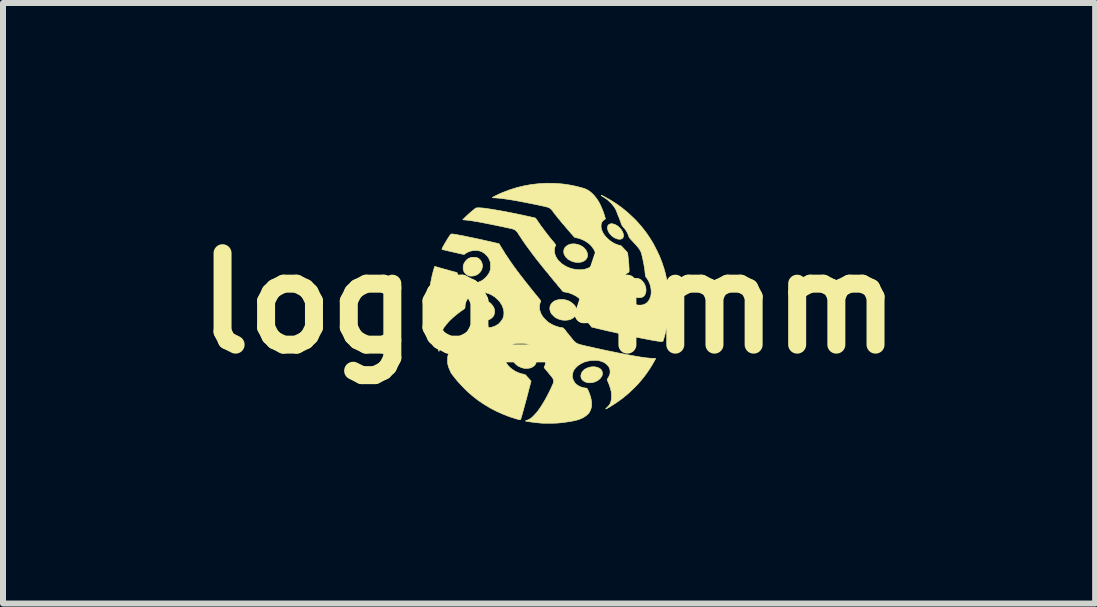
<source format=kicad_pcb>
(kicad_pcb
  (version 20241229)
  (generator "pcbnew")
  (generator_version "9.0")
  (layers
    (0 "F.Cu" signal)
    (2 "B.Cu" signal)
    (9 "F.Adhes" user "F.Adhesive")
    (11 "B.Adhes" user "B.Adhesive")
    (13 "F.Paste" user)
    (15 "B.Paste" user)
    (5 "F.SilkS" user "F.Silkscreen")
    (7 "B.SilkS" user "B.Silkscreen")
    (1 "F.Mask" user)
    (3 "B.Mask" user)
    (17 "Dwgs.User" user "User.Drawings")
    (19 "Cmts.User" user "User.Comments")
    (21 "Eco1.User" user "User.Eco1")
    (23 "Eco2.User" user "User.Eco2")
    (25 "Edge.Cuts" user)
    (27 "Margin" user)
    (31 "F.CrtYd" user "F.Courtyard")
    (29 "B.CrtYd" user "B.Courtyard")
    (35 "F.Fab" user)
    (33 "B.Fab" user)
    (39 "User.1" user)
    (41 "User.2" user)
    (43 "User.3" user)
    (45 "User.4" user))
  (footprint "logo_4mm"
    (layer "F.Cu")
    (at 6.103 2.006)
    (property "Reference" "logo_4mm" (at 0 0 0) (layer "F.SilkS") (effects (font (size 1.524 1.524) (thickness 0.3))))
    (attr through_hole)
    (fp_poly (pts (xy 1.072 -1.322) (xy 1.087 -1.317) (xy 1.103 -1.311) (xy 1.118 -1.304) (xy 1.128 -1.298) (xy 1.129 -1.297) (xy 1.138 -1.291) (xy 1.143 -1.288) (xy 1.144 -1.288) (xy 1.148 -1.285) (xy 1.156 -1.278) (xy 1.167 -1.268) (xy 1.179 -1.256) (xy 1.19 -1.244) (xy 1.2 -1.233) (xy 1.201 -1.232) (xy 1.208 -1.221) (xy 1.217 -1.206) (xy 1.226 -1.19) (xy 1.227 -1.188) (xy 1.237 -1.161) (xy 1.241 -1.136) (xy 1.24 -1.113) (xy 1.233 -1.094) (xy 1.221 -1.08) (xy 1.213 -1.075) (xy 1.194 -1.069) (xy 1.172 -1.067) (xy 1.149 -1.07) (xy 1.144 -1.071) (xy 1.11 -1.083) (xy 1.078 -1.1) (xy 1.048 -1.122) (xy 1.022 -1.148) (xy 1.001 -1.176) (xy 0.985 -1.207) (xy 0.976 -1.237) (xy 0.974 -1.247) (xy 0.974 -1.27) (xy 0.98 -1.291) (xy 0.99 -1.307) (xy 1.004 -1.317) (xy 1.025 -1.325) (xy 1.047 -1.327) (xy 1.072 -1.322)) (stroke (width 0.01) (type solid)) (fill yes) (layer "F.SilkS"))
    (fp_poly (pts (xy 1.463 -0.417) (xy 1.491 -0.412) (xy 1.516 -0.402) (xy 1.53 -0.393) (xy 1.559 -0.367) (xy 1.583 -0.336) (xy 1.6 -0.302) (xy 1.612 -0.266) (xy 1.617 -0.229) (xy 1.615 -0.193) (xy 1.608 -0.165) (xy 1.603 -0.152) (xy 1.597 -0.141) (xy 1.594 -0.137) (xy 1.589 -0.131) (xy 1.589 -0.127) (xy 1.588 -0.124) (xy 1.583 -0.122) (xy 1.576 -0.118) (xy 1.575 -0.115) (xy 1.571 -0.112) (xy 1.563 -0.107) (xy 1.556 -0.103) (xy 1.542 -0.098) (xy 1.525 -0.095) (xy 1.506 -0.093) (xy 1.489 -0.092) (xy 1.477 -0.094) (xy 1.475 -0.094) (xy 1.45 -0.104) (xy 1.429 -0.115) (xy 1.411 -0.129) (xy 1.399 -0.14) (xy 1.372 -0.171) (xy 1.351 -0.205) (xy 1.339 -0.241) (xy 1.334 -0.28) (xy 1.334 -0.289) (xy 1.335 -0.306) (xy 1.337 -0.322) (xy 1.34 -0.335) (xy 1.343 -0.342) (xy 1.344 -0.343) (xy 1.347 -0.346) (xy 1.346 -0.348) (xy 1.347 -0.356) (xy 1.354 -0.367) (xy 1.364 -0.379) (xy 1.378 -0.391) (xy 1.392 -0.402) (xy 1.407 -0.41) (xy 1.411 -0.412) (xy 1.436 -0.417) (xy 1.463 -0.417)) (stroke (width 0.01) (type solid)) (fill yes) (layer "F.SilkS"))
    (fp_poly (pts (xy 0.775 1.061) (xy 0.811 1.07) (xy 0.843 1.086) (xy 0.846 1.088) (xy 0.857 1.096) (xy 0.866 1.103) (xy 0.869 1.107) (xy 0.871 1.112) (xy 0.872 1.112) (xy 0.875 1.116) (xy 0.88 1.125) (xy 0.884 1.137) (xy 0.888 1.15) (xy 0.89 1.163) (xy 0.89 1.164) (xy 0.89 1.178) (xy 0.888 1.19) (xy 0.885 1.2) (xy 0.884 1.206) (xy 0.881 1.212) (xy 0.876 1.221) (xy 0.873 1.226) (xy 0.851 1.255) (xy 0.823 1.279) (xy 0.79 1.299) (xy 0.754 1.314) (xy 0.715 1.323) (xy 0.692 1.325) (xy 0.673 1.325) (xy 0.654 1.324) (xy 0.639 1.323) (xy 0.636 1.322) (xy 0.604 1.311) (xy 0.577 1.296) (xy 0.555 1.277) (xy 0.54 1.255) (xy 0.532 1.23) (xy 0.531 1.204) (xy 0.533 1.192) (xy 0.537 1.179) (xy 0.542 1.165) (xy 0.547 1.153) (xy 0.551 1.145) (xy 0.555 1.142) (xy 0.555 1.142) (xy 0.558 1.141) (xy 0.56 1.137) (xy 0.565 1.129) (xy 0.575 1.118) (xy 0.589 1.106) (xy 0.596 1.101) (xy 0.619 1.087) (xy 0.647 1.075) (xy 0.676 1.066) (xy 0.693 1.062) (xy 0.736 1.058) (xy 0.775 1.061)) (stroke (width 0.01) (type solid)) (fill yes) (layer "F.SilkS"))
    (fp_poly (pts (xy -1.239 -0.767) (xy -1.224 -0.766) (xy -1.212 -0.764) (xy -1.201 -0.76) (xy -1.196 -0.758) (xy -1.183 -0.751) (xy -1.172 -0.745) (xy -1.167 -0.741) (xy -1.16 -0.735) (xy -1.157 -0.734) (xy -1.153 -0.73) (xy -1.147 -0.722) (xy -1.139 -0.711) (xy -1.137 -0.709) (xy -1.122 -0.681) (xy -1.113 -0.652) (xy -1.109 -0.624) (xy -1.11 -0.612) (xy -1.112 -0.6) (xy -1.116 -0.584) (xy -1.12 -0.57) (xy -1.124 -0.557) (xy -1.128 -0.55) (xy -1.128 -0.55) (xy -1.132 -0.545) (xy -1.138 -0.537) (xy -1.144 -0.528) (xy -1.148 -0.522) (xy -1.148 -0.52) (xy -1.151 -0.516) (xy -1.159 -0.508) (xy -1.169 -0.499) (xy -1.181 -0.49) (xy -1.191 -0.482) (xy -1.199 -0.477) (xy -1.229 -0.464) (xy -1.26 -0.456) (xy -1.291 -0.453) (xy -1.319 -0.454) (xy -1.328 -0.456) (xy -1.36 -0.469) (xy -1.386 -0.487) (xy -1.408 -0.509) (xy -1.422 -0.537) (xy -1.431 -0.567) (xy -1.432 -0.588) (xy -1.431 -0.611) (xy -1.429 -0.63) (xy -1.424 -0.648) (xy -1.415 -0.668) (xy -1.415 -0.668) (xy -1.403 -0.688) (xy -1.387 -0.709) (xy -1.368 -0.728) (xy -1.357 -0.737) (xy -1.35 -0.742) (xy -1.348 -0.743) (xy -1.176 -0.743) (xy -1.174 -0.741) (xy -1.172 -0.743) (xy -1.174 -0.745) (xy -1.176 -0.743) (xy -1.348 -0.743) (xy -1.34 -0.747) (xy -1.332 -0.751) (xy -1.326 -0.753) (xy -1.325 -0.753) (xy -1.322 -0.754) (xy -1.315 -0.758) (xy -1.313 -0.759) (xy -1.307 -0.763) (xy -1.299 -0.766) (xy -1.287 -0.767) (xy -1.271 -0.767) (xy -1.26 -0.767) (xy -1.239 -0.767)) (stroke (width 0.01) (type solid)) (fill yes) (layer "F.SilkS"))
    (fp_poly (pts (xy -0.438 0.785) (xy -0.408 0.788) (xy -0.38 0.794) (xy -0.377 0.795) (xy -0.34 0.808) (xy -0.31 0.823) (xy -0.295 0.832) (xy -0.285 0.84) (xy -0.272 0.85) (xy -0.26 0.862) (xy -0.249 0.874) (xy -0.24 0.884) (xy -0.236 0.89) (xy -0.235 0.892) (xy -0.233 0.897) (xy -0.232 0.897) (xy -0.229 0.9) (xy -0.225 0.91) (xy -0.22 0.922) (xy -0.217 0.936) (xy -0.214 0.949) (xy -0.213 0.955) (xy -0.213 0.967) (xy -0.214 0.981) (xy -0.217 0.994) (xy -0.22 1.004) (xy -0.223 1.008) (xy -0.224 1.009) (xy -0.227 1.012) (xy -0.227 1.015) (xy -0.23 1.021) (xy -0.237 1.03) (xy -0.247 1.04) (xy -0.258 1.05) (xy -0.267 1.057) (xy -0.273 1.06) (xy -0.274 1.06) (xy -0.279 1.062) (xy -0.279 1.063) (xy -0.283 1.067) (xy -0.293 1.071) (xy -0.307 1.076) (xy -0.324 1.08) (xy -0.336 1.083) (xy -0.353 1.084) (xy -0.371 1.086) (xy -0.388 1.086) (xy -0.4 1.086) (xy -0.401 1.085) (xy -0.422 1.082) (xy -0.443 1.077) (xy -0.46 1.072) (xy -0.466 1.069) (xy -0.489 1.059) (xy -0.505 1.052) (xy -0.516 1.046) (xy -0.521 1.042) (xy -0.522 1.042) (xy -0.527 1.037) (xy -0.53 1.036) (xy -0.534 1.034) (xy -0.542 1.027) (xy -0.552 1.018) (xy -0.562 1.008) (xy -0.571 1) (xy -0.577 0.993) (xy -0.578 0.991) (xy -0.58 0.987) (xy -0.585 0.979) (xy -0.588 0.975) (xy -0.599 0.953) (xy -0.606 0.928) (xy -0.608 0.903) (xy -0.606 0.878) (xy -0.6 0.858) (xy -0.598 0.854) (xy -0.591 0.844) (xy -0.586 0.837) (xy -0.584 0.836) (xy -0.582 0.834) (xy -0.583 0.833) (xy -0.583 0.831) (xy -0.579 0.827) (xy -0.572 0.821) (xy -0.564 0.816) (xy -0.559 0.813) (xy -0.559 0.813) (xy -0.554 0.811) (xy -0.554 0.81) (xy -0.551 0.806) (xy -0.547 0.804) (xy -0.54 0.802) (xy -0.528 0.797) (xy -0.518 0.793) (xy -0.496 0.787) (xy -0.468 0.785) (xy -0.438 0.785)) (stroke (width 0.01) (type solid)) (fill yes) (layer "F.SilkS"))
    (fp_poly (pts (xy 0.439 -0.989) (xy 0.482 -0.98) (xy 0.507 -0.971) (xy 0.519 -0.966) (xy 0.528 -0.962) (xy 0.53 -0.96) (xy 0.533 -0.957) (xy 0.536 -0.957) (xy 0.542 -0.954) (xy 0.55 -0.949) (xy 0.557 -0.943) (xy 0.562 -0.941) (xy 0.566 -0.938) (xy 0.574 -0.932) (xy 0.584 -0.923) (xy 0.596 -0.91) (xy 0.608 -0.896) (xy 0.618 -0.882) (xy 0.624 -0.87) (xy 0.626 -0.863) (xy 0.628 -0.858) (xy 0.629 -0.857) (xy 0.632 -0.853) (xy 0.635 -0.844) (xy 0.639 -0.832) (xy 0.641 -0.818) (xy 0.642 -0.805) (xy 0.642 -0.805) (xy 0.641 -0.792) (xy 0.639 -0.778) (xy 0.636 -0.766) (xy 0.633 -0.757) (xy 0.63 -0.753) (xy 0.626 -0.75) (xy 0.624 -0.745) (xy 0.619 -0.736) (xy 0.61 -0.726) (xy 0.599 -0.716) (xy 0.594 -0.712) (xy 0.569 -0.698) (xy 0.545 -0.689) (xy 0.519 -0.684) (xy 0.49 -0.682) (xy 0.479 -0.682) (xy 0.459 -0.683) (xy 0.439 -0.685) (xy 0.423 -0.687) (xy 0.419 -0.688) (xy 0.405 -0.692) (xy 0.393 -0.696) (xy 0.389 -0.697) (xy 0.379 -0.701) (xy 0.368 -0.706) (xy 0.368 -0.706) (xy 0.359 -0.711) (xy 0.355 -0.714) (xy 0.355 -0.715) (xy 0.351 -0.717) (xy 0.347 -0.718) (xy 0.34 -0.72) (xy 0.33 -0.726) (xy 0.329 -0.728) (xy 0.32 -0.734) (xy 0.313 -0.737) (xy 0.312 -0.737) (xy 0.307 -0.741) (xy 0.305 -0.745) (xy 0.301 -0.752) (xy 0.299 -0.753) (xy 0.294 -0.756) (xy 0.288 -0.762) (xy 0.28 -0.77) (xy 0.274 -0.778) (xy 0.271 -0.783) (xy 0.271 -0.784) (xy 0.27 -0.787) (xy 0.266 -0.792) (xy 0.259 -0.804) (xy 0.252 -0.82) (xy 0.247 -0.839) (xy 0.245 -0.853) (xy 0.245 -0.866) (xy 0.247 -0.881) (xy 0.249 -0.895) (xy 0.252 -0.906) (xy 0.255 -0.912) (xy 0.256 -0.913) (xy 0.259 -0.916) (xy 0.259 -0.918) (xy 0.262 -0.925) (xy 0.271 -0.935) (xy 0.283 -0.947) (xy 0.297 -0.958) (xy 0.311 -0.967) (xy 0.321 -0.973) (xy 0.358 -0.986) (xy 0.397 -0.991) (xy 0.439 -0.989)) (stroke (width 0.01) (type solid)) (fill yes) (layer "F.SilkS"))
    (fp_poly (pts (xy -1.106 -0.055) (xy -1.087 -0.053) (xy -1.068 -0.049) (xy -1.051 -0.045) (xy -1.037 -0.04) (xy -1.027 -0.035) (xy -1.025 -0.031) (xy -1.021 -0.028) (xy -1.02 -0.028) (xy -1.014 -0.026) (xy -1.004 -0.02) (xy -0.993 -0.013) (xy -0.981 -0.005) (xy -0.973 0.001) (xy -0.969 0.005) (xy -0.966 0.01) (xy -0.959 0.017) (xy -0.951 0.027) (xy -0.941 0.04) (xy -0.932 0.053) (xy -0.924 0.065) (xy -0.92 0.073) (xy -0.92 0.076) (xy -0.917 0.084) (xy -0.916 0.086) (xy -0.912 0.095) (xy -0.909 0.111) (xy -0.907 0.132) (xy -0.908 0.152) (xy -0.912 0.175) (xy -0.918 0.196) (xy -0.927 0.213) (xy -0.93 0.218) (xy -0.948 0.237) (xy -0.964 0.252) (xy -0.982 0.263) (xy -0.993 0.269) (xy -1.001 0.273) (xy -1.005 0.273) (xy -1.005 0.273) (xy -1.007 0.273) (xy -1.011 0.275) (xy -1.019 0.279) (xy -1.033 0.281) (xy -1.051 0.282) (xy -1.07 0.282) (xy -1.09 0.281) (xy -1.108 0.279) (xy -1.121 0.276) (xy -1.122 0.275) (xy -1.144 0.268) (xy -1.161 0.261) (xy -1.172 0.255) (xy -1.176 0.251) (xy -1.176 0.251) (xy -1.179 0.247) (xy -1.181 0.247) (xy -1.189 0.244) (xy -1.202 0.235) (xy -1.217 0.22) (xy -1.225 0.212) (xy -1.234 0.2) (xy -1.243 0.187) (xy -1.252 0.175) (xy -1.258 0.165) (xy -1.261 0.159) (xy -1.261 0.158) (xy -1.263 0.156) (xy -1.263 0.155) (xy -1.266 0.152) (xy -1.267 0.15) (xy -1.268 0.143) (xy -1.27 0.136) (xy -1.273 0.121) (xy -1.275 0.105) (xy -1.277 0.091) (xy -1.278 0.081) (xy -1.277 0.08) (xy -1.273 0.057) (xy -1.269 0.04) (xy -1.267 0.03) (xy -1.265 0.025) (xy -1.263 0.024) (xy -1.26 0.021) (xy -1.257 0.015) (xy -1.253 0.006) (xy -1.244 -0.005) (xy -1.234 -0.016) (xy -1.224 -0.026) (xy -1.216 -0.031) (xy -1.213 -0.032) (xy -1.208 -0.034) (xy -1.208 -0.035) (xy -1.204 -0.039) (xy -1.194 -0.043) (xy -1.18 -0.048) (xy -1.164 -0.051) (xy -1.146 -0.054) (xy -1.13 -0.056) (xy -1.124 -0.056) (xy -1.106 -0.055)) (stroke (width 0.01) (type solid)) (fill yes) (layer "F.SilkS"))
    (fp_poly (pts (xy 0.242 -0.062) (xy 0.259 -0.06) (xy 0.275 -0.056) (xy 0.275 -0.056) (xy 0.301 -0.049) (xy 0.319 -0.043) (xy 0.331 -0.038) (xy 0.335 -0.035) (xy 0.335 -0.035) (xy 0.338 -0.032) (xy 0.339 -0.032) (xy 0.347 -0.029) (xy 0.359 -0.022) (xy 0.373 -0.012) (xy 0.389 -0.000068) (xy 0.404 0.013) (xy 0.418 0.026) (xy 0.429 0.037) (xy 0.435 0.046) (xy 0.436 0.049) (xy 0.439 0.056) (xy 0.444 0.064) (xy 0.444 0.064) (xy 0.45 0.075) (xy 0.453 0.084) (xy 0.459 0.113) (xy 0.461 0.137) (xy 0.459 0.158) (xy 0.453 0.178) (xy 0.448 0.191) (xy 0.441 0.202) (xy 0.434 0.213) (xy 0.427 0.223) (xy 0.422 0.229) (xy 0.419 0.23) (xy 0.419 0.229) (xy 0.416 0.23) (xy 0.411 0.236) (xy 0.409 0.237) (xy 0.402 0.244) (xy 0.396 0.247) (xy 0.395 0.247) (xy 0.39 0.25) (xy 0.388 0.252) (xy 0.382 0.257) (xy 0.37 0.263) (xy 0.355 0.269) (xy 0.338 0.274) (xy 0.322 0.278) (xy 0.321 0.278) (xy 0.306 0.28) (xy 0.286 0.282) (xy 0.264 0.282) (xy 0.243 0.282) (xy 0.224 0.28) (xy 0.211 0.278) (xy 0.197 0.275) (xy 0.181 0.27) (xy 0.166 0.265) (xy 0.152 0.261) (xy 0.143 0.257) (xy 0.14 0.255) (xy 0.135 0.252) (xy 0.126 0.248) (xy 0.122 0.245) (xy 0.113 0.241) (xy 0.105 0.237) (xy 0.098 0.231) (xy 0.09 0.224) (xy 0.079 0.214) (xy 0.065 0.2) (xy 0.053 0.188) (xy 0.043 0.178) (xy 0.037 0.17) (xy 0.036 0.168) (xy 0.034 0.161) (xy 0.03 0.154) (xy 0.02 0.134) (xy 0.015 0.109) (xy 0.013 0.082) (xy 0.016 0.056) (xy 0.016 0.055) (xy 0.02 0.043) (xy 0.023 0.034) (xy 0.024 0.032) (xy 0.027 0.029) (xy 0.029 0.023) (xy 0.033 0.015) (xy 0.041 0.005) (xy 0.051 -0.006) (xy 0.062 -0.017) (xy 0.073 -0.026) (xy 0.08 -0.031) (xy 0.082 -0.032) (xy 0.087 -0.034) (xy 0.088 -0.036) (xy 0.091 -0.04) (xy 0.092 -0.04) (xy 0.098 -0.041) (xy 0.108 -0.045) (xy 0.114 -0.048) (xy 0.125 -0.052) (xy 0.133 -0.054) (xy 0.135 -0.054) (xy 0.139 -0.054) (xy 0.142 -0.056) (xy 0.148 -0.058) (xy 0.161 -0.06) (xy 0.179 -0.062) (xy 0.197 -0.062) (xy 0.222 -0.062) (xy 0.242 -0.062)) (stroke (width 0.01) (type solid)) (fill yes) (layer "F.SilkS"))
    (fp_poly (pts (xy 0.082 -2) (xy 0.207 -1.991) (xy 0.259 -1.985) (xy 0.314 -1.977) (xy 0.371 -1.967) (xy 0.429 -1.955) (xy 0.485 -1.942) (xy 0.538 -1.928) (xy 0.585 -1.914) (xy 0.589 -1.913) (xy 0.631 -1.895) (xy 0.672 -1.87) (xy 0.712 -1.838) (xy 0.75 -1.8) (xy 0.786 -1.755) (xy 0.82 -1.706) (xy 0.85 -1.651) (xy 0.857 -1.636) (xy 0.882 -1.581) (xy 0.903 -1.528) (xy 0.921 -1.474) (xy 0.938 -1.416) (xy 0.939 -1.413) (xy 0.939 -1.406) (xy 0.933 -1.401) (xy 0.929 -1.399) (xy 0.92 -1.394) (xy 0.909 -1.384) (xy 0.899 -1.375) (xy 0.885 -1.358) (xy 0.876 -1.342) (xy 0.87 -1.323) (xy 0.868 -1.301) (xy 0.867 -1.282) (xy 0.869 -1.26) (xy 0.874 -1.237) (xy 0.881 -1.214) (xy 0.889 -1.195) (xy 0.893 -1.188) (xy 0.899 -1.176) (xy 0.904 -1.167) (xy 0.914 -1.15) (xy 0.929 -1.13) (xy 0.948 -1.108) (xy 0.97 -1.085) (xy 0.993 -1.063) (xy 1.017 -1.043) (xy 1.039 -1.027) (xy 1.057 -1.017) (xy 1.064 -1.012) (xy 1.068 -1.009) (xy 1.073 -1.006) (xy 1.082 -1.001) (xy 1.086 -0.999) (xy 1.098 -0.994) (xy 1.107 -0.989) (xy 1.109 -0.988) (xy 1.118 -0.985) (xy 1.122 -0.985) (xy 1.127 -0.983) (xy 1.128 -0.982) (xy 1.132 -0.979) (xy 1.141 -0.976) (xy 1.153 -0.972) (xy 1.167 -0.969) (xy 1.179 -0.966) (xy 1.188 -0.965) (xy 1.189 -0.965) (xy 1.195 -0.963) (xy 1.203 -0.956) (xy 1.215 -0.945) (xy 1.231 -0.929) (xy 1.251 -0.907) (xy 1.27 -0.887) (xy 1.282 -0.874) (xy 1.293 -0.862) (xy 1.301 -0.853) (xy 1.303 -0.85) (xy 1.309 -0.842) (xy 1.31 -0.838) (xy 1.312 -0.825) (xy 1.314 -0.807) (xy 1.317 -0.785) (xy 1.319 -0.761) (xy 1.322 -0.738) (xy 1.324 -0.72) (xy 1.325 -0.7) (xy 1.327 -0.682) (xy 1.329 -0.668) (xy 1.329 -0.662) (xy 1.33 -0.653) (xy 1.331 -0.638) (xy 1.332 -0.618) (xy 1.333 -0.597) (xy 1.334 -0.587) (xy 1.335 -0.563) (xy 1.335 -0.546) (xy 1.335 -0.535) (xy 1.334 -0.528) (xy 1.332 -0.523) (xy 1.33 -0.519) (xy 1.329 -0.518) (xy 1.319 -0.512) (xy 1.313 -0.509) (xy 1.306 -0.505) (xy 1.296 -0.497) (xy 1.284 -0.486) (xy 1.281 -0.483) (xy 1.255 -0.455) (xy 1.236 -0.426) (xy 1.223 -0.394) (xy 1.22 -0.381) (xy 1.216 -0.368) (xy 1.213 -0.359) (xy 1.212 -0.357) (xy 1.21 -0.35) (xy 1.209 -0.338) (xy 1.209 -0.321) (xy 1.209 -0.303) (xy 1.21 -0.284) (xy 1.212 -0.267) (xy 1.212 -0.263) (xy 1.216 -0.245) (xy 1.222 -0.225) (xy 1.228 -0.203) (xy 1.235 -0.183) (xy 1.242 -0.166) (xy 1.248 -0.155) (xy 1.248 -0.155) (xy 1.253 -0.147) (xy 1.256 -0.142) (xy 1.256 -0.142) (xy 1.258 -0.138) (xy 1.263 -0.129) (xy 1.271 -0.117) (xy 1.279 -0.106) (xy 1.286 -0.096) (xy 1.29 -0.092) (xy 1.297 -0.084) (xy 1.307 -0.073) (xy 1.311 -0.069) (xy 1.318 -0.06) (xy 1.323 -0.054) (xy 1.323 -0.052) (xy 1.327 -0.048) (xy 1.335 -0.044) (xy 1.335 -0.044) (xy 1.344 -0.04) (xy 1.347 -0.036) (xy 1.347 -0.036) (xy 1.35 -0.032) (xy 1.358 -0.026) (xy 1.368 -0.019) (xy 1.378 -0.012) (xy 1.385 -0.009) (xy 1.387 -0.008) (xy 1.392 -0.005) (xy 1.392 -0.005) (xy 1.397 -0.001) (xy 1.407 0.005) (xy 1.421 0.011) (xy 1.437 0.017) (xy 1.453 0.023) (xy 1.462 0.026) (xy 1.494 0.031) (xy 1.527 0.031) (xy 1.558 0.027) (xy 1.571 0.024) (xy 1.585 0.018) (xy 1.597 0.013) (xy 1.603 0.01) (xy 1.61 0.005) (xy 1.614 0.004) (xy 1.618 0.001) (xy 1.618 0) (xy 1.622 -0.004) (xy 1.623 -0.004) (xy 1.63 -0.007) (xy 1.639 -0.016) (xy 1.65 -0.029) (xy 1.658 -0.04) (xy 1.665 -0.049) (xy 1.671 -0.056) (xy 1.672 -0.057) (xy 1.674 -0.059) (xy 1.673 -0.06) (xy 1.672 -0.063) (xy 1.675 -0.069) (xy 1.679 -0.077) (xy 1.685 -0.09) (xy 1.691 -0.105) (xy 1.692 -0.108) (xy 1.7 -0.141) (xy 1.703 -0.178) (xy 1.702 -0.218) (xy 1.697 -0.259) (xy 1.688 -0.3) (xy 1.675 -0.338) (xy 1.659 -0.372) (xy 1.651 -0.386) (xy 1.642 -0.4) (xy 1.635 -0.412) (xy 1.629 -0.42) (xy 1.627 -0.423) (xy 1.615 -0.436) (xy 1.608 -0.455) (xy 1.605 -0.475) (xy 1.601 -0.51) (xy 1.597 -0.547) (xy 1.592 -0.584) (xy 1.586 -0.619) (xy 1.581 -0.648) (xy 1.581 -0.65) (xy 1.577 -0.668) (xy 1.573 -0.687) (xy 1.57 -0.702) (xy 1.568 -0.714) (xy 1.566 -0.725) (xy 1.563 -0.738) (xy 1.559 -0.754) (xy 1.555 -0.775) (xy 1.551 -0.791) (xy 1.544 -0.82) (xy 1.537 -0.842) (xy 1.53 -0.861) (xy 1.521 -0.878) (xy 1.51 -0.896) (xy 1.506 -0.903) (xy 1.496 -0.917) (xy 1.487 -0.929) (xy 1.48 -0.937) (xy 1.471 -0.947) (xy 1.463 -0.957) (xy 1.453 -0.968) (xy 1.44 -0.983) (xy 1.423 -1.001) (xy 1.405 -1.021) (xy 1.387 -1.04) (xy 1.371 -1.057) (xy 1.356 -1.074) (xy 1.346 -1.086) (xy 1.338 -1.096) (xy 1.333 -1.106) (xy 1.329 -1.116) (xy 1.327 -1.124) (xy 1.32 -1.143) (xy 1.31 -1.166) (xy 1.297 -1.191) (xy 1.283 -1.214) (xy 1.27 -1.233) (xy 1.265 -1.24) (xy 1.258 -1.247) (xy 1.25 -1.257) (xy 1.245 -1.261) (xy 1.238 -1.27) (xy 1.233 -1.276) (xy 1.232 -1.278) (xy 1.229 -1.282) (xy 1.223 -1.288) (xy 1.222 -1.289) (xy 1.216 -1.298) (xy 1.209 -1.314) (xy 1.2 -1.337) (xy 1.197 -1.348) (xy 1.188 -1.372) (xy 1.178 -1.4) (xy 1.168 -1.426) (xy 1.161 -1.443) (xy 1.152 -1.463) (xy 1.144 -1.483) (xy 1.138 -1.5) (xy 1.134 -1.511) (xy 1.116 -1.556) (xy 1.09 -1.601) (xy 1.057 -1.644) (xy 1.018 -1.686) (xy 0.974 -1.726) (xy 0.924 -1.762) (xy 0.882 -1.788) (xy 0.873 -1.794) (xy 0.869 -1.799) (xy 0.87 -1.802) (xy 0.872 -1.802) (xy 0.876 -1.8) (xy 0.887 -1.795) (xy 0.902 -1.787) (xy 0.92 -1.778) (xy 0.941 -1.767) (xy 0.962 -1.755) (xy 0.983 -1.744) (xy 1.002 -1.733) (xy 1.019 -1.723) (xy 1.022 -1.722) (xy 1.122 -1.658) (xy 1.218 -1.589) (xy 1.309 -1.514) (xy 1.398 -1.432) (xy 1.415 -1.415) (xy 1.435 -1.396) (xy 1.451 -1.38) (xy 1.465 -1.364) (xy 1.48 -1.348) (xy 1.497 -1.329) (xy 1.513 -1.311) (xy 1.522 -1.3) (xy 1.535 -1.285) (xy 1.549 -1.268) (xy 1.564 -1.249) (xy 1.578 -1.232) (xy 1.59 -1.216) (xy 1.599 -1.205) (xy 1.602 -1.2) (xy 1.609 -1.191) (xy 1.614 -1.185) (xy 1.615 -1.184) (xy 1.618 -1.18) (xy 1.624 -1.171) (xy 1.634 -1.157) (xy 1.645 -1.141) (xy 1.656 -1.124) (xy 1.668 -1.107) (xy 1.679 -1.091) (xy 1.687 -1.078) (xy 1.693 -1.069) (xy 1.694 -1.067) (xy 1.699 -1.059) (xy 1.707 -1.046) (xy 1.717 -1.029) (xy 1.727 -1.011) (xy 1.728 -1.011) (xy 1.738 -0.993) (xy 1.751 -0.969) (xy 1.765 -0.942) (xy 1.78 -0.913) (xy 1.796 -0.883) (xy 1.81 -0.854) (xy 1.822 -0.828) (xy 1.832 -0.807) (xy 1.833 -0.805) (xy 1.85 -0.765) (xy 1.868 -0.719) (xy 1.886 -0.671) (xy 1.902 -0.623) (xy 1.917 -0.577) (xy 1.921 -0.562) (xy 1.926 -0.546) (xy 1.93 -0.531) (xy 1.933 -0.521) (xy 1.933 -0.52) (xy 1.937 -0.505) (xy 1.942 -0.484) (xy 1.948 -0.459) (xy 1.949 -0.453) (xy 1.952 -0.438) (xy 1.956 -0.422) (xy 1.957 -0.419) (xy 1.964 -0.387) (xy 1.969 -0.36) (xy 1.974 -0.334) (xy 1.978 -0.306) (xy 1.983 -0.274) (xy 1.985 -0.259) (xy 1.989 -0.23) (xy 1.992 -0.205) (xy 1.994 -0.182) (xy 1.996 -0.16) (xy 1.997 -0.137) (xy 1.998 -0.112) (xy 1.999 -0.084) (xy 1.999 -0.051) (xy 1.999 -0.012) (xy 1.999 0) (xy 1.999 0.041) (xy 1.999 0.075) (xy 1.998 0.105) (xy 1.997 0.13) (xy 1.996 0.153) (xy 1.995 0.176) (xy 1.992 0.198) (xy 1.99 0.223) (xy 1.986 0.251) (xy 1.985 0.259) (xy 1.98 0.293) (xy 1.976 0.323) (xy 1.971 0.349) (xy 1.966 0.376) (xy 1.96 0.405) (xy 1.957 0.419) (xy 1.953 0.434) (xy 1.95 0.451) (xy 1.949 0.453) (xy 1.943 0.479) (xy 1.938 0.501) (xy 1.934 0.518) (xy 1.933 0.52) (xy 1.93 0.53) (xy 1.926 0.544) (xy 1.922 0.561) (xy 1.921 0.562) (xy 1.915 0.584) (xy 1.91 0.6) (xy 1.906 0.613) (xy 1.901 0.626) (xy 1.898 0.633) (xy 1.894 0.636) (xy 1.886 0.637) (xy 1.874 0.637) (xy 1.859 0.637) (xy 1.844 0.636) (xy 1.838 0.635) (xy 1.818 0.632) (xy 1.791 0.628) (xy 1.758 0.623) (xy 1.72 0.616) (xy 1.677 0.608) (xy 1.631 0.599) (xy 1.582 0.59) (xy 1.532 0.58) (xy 1.481 0.57) (xy 1.429 0.559) (xy 1.379 0.548) (xy 1.375 0.548) (xy 1.323 0.536) (xy 1.27 0.525) (xy 1.216 0.513) (xy 1.162 0.501) (xy 1.108 0.489) (xy 1.056 0.477) (xy 1.004 0.466) (xy 0.955 0.455) (xy 0.909 0.444) (xy 0.866 0.434) (xy 0.827 0.425) (xy 0.793 0.417) (xy 0.763 0.409) (xy 0.739 0.403) (xy 0.721 0.399) (xy 0.71 0.396) (xy 0.707 0.394) (xy 0.702 0.388) (xy 0.702 0.385) (xy 0.699 0.378) (xy 0.695 0.374) (xy 0.689 0.368) (xy 0.681 0.358) (xy 0.673 0.349) (xy 0.665 0.337) (xy 0.653 0.322) (xy 0.64 0.304) (xy 0.63 0.292) (xy 0.618 0.275) (xy 0.61 0.263) (xy 0.605 0.255) (xy 0.604 0.248) (xy 0.604 0.245) (xy 0.607 0.237) (xy 0.61 0.233) (xy 0.613 0.228) (xy 0.617 0.219) (xy 0.62 0.21) (xy 0.624 0.187) (xy 0.626 0.16) (xy 0.625 0.13) (xy 0.622 0.102) (xy 0.621 0.096) (xy 0.618 0.086) (xy 0.614 0.073) (xy 0.609 0.06) (xy 0.604 0.048) (xy 0.599 0.039) (xy 0.597 0.036) (xy 0.595 0.033) (xy 0.596 0.032) (xy 0.595 0.027) (xy 0.592 0.024) (xy 0.587 0.017) (xy 0.586 0.014) (xy 0.583 0.008) (xy 0.578 0.002) (xy 0.573 -0.004) (xy 0.572 -0.007) (xy 0.571 -0.01) (xy 0.566 -0.018) (xy 0.556 -0.029) (xy 0.54 -0.045) (xy 0.532 -0.054) (xy 0.516 -0.069) (xy 0.505 -0.079) (xy 0.496 -0.087) (xy 0.487 -0.094) (xy 0.476 -0.102) (xy 0.47 -0.106) (xy 0.46 -0.113) (xy 0.453 -0.119) (xy 0.451 -0.121) (xy 0.447 -0.123) (xy 0.442 -0.124) (xy 0.436 -0.125) (xy 0.435 -0.127) (xy 0.431 -0.13) (xy 0.423 -0.135) (xy 0.418 -0.137) (xy 0.407 -0.142) (xy 0.4 -0.146) (xy 0.399 -0.147) (xy 0.394 -0.15) (xy 0.384 -0.154) (xy 0.373 -0.158) (xy 0.36 -0.162) (xy 0.351 -0.166) (xy 0.347 -0.168) (xy 0.342 -0.17) (xy 0.331 -0.173) (xy 0.317 -0.177) (xy 0.3 -0.181) (xy 0.282 -0.184) (xy 0.266 -0.187) (xy 0.254 -0.189) (xy 0.245 -0.191) (xy 0.237 -0.194) (xy 0.229 -0.2) (xy 0.22 -0.209) (xy 0.209 -0.223) (xy 0.201 -0.233) (xy 0.193 -0.243) (xy 0.182 -0.257) (xy 0.169 -0.272) (xy 0.162 -0.279) (xy 0.151 -0.292) (xy 0.142 -0.303) (xy 0.137 -0.31) (xy 0.136 -0.312) (xy 0.133 -0.316) (xy 0.127 -0.324) (xy 0.123 -0.328) (xy 0.115 -0.337) (xy 0.102 -0.352) (xy 0.086 -0.371) (xy 0.067 -0.394) (xy 0.046 -0.42) (xy 0.041 -0.426) (xy 0.032 -0.437) (xy 0.02 -0.45) (xy 0.015 -0.457) (xy 0.007 -0.466) (xy 0.001 -0.474) (xy 0 -0.476) (xy -0.002 -0.481) (xy -0.009 -0.489) (xy -0.017 -0.498) (xy -0.029 -0.512) (xy -0.042 -0.526) (xy -0.048 -0.534) (xy -0.058 -0.546) (xy -0.068 -0.559) (xy -0.072 -0.564) (xy -0.08 -0.574) (xy -0.087 -0.583) (xy -0.088 -0.584) (xy -0.094 -0.591) (xy -0.103 -0.602) (xy -0.108 -0.608) (xy -0.118 -0.62) (xy -0.128 -0.633) (xy -0.132 -0.638) (xy -0.14 -0.65) (xy -0.151 -0.662) (xy -0.155 -0.667) (xy -0.163 -0.676) (xy -0.168 -0.683) (xy -0.169 -0.685) (xy -0.172 -0.689) (xy -0.178 -0.698) (xy -0.188 -0.709) (xy -0.19 -0.712) (xy -0.202 -0.726) (xy -0.214 -0.741) (xy -0.223 -0.753) (xy -0.223 -0.753) (xy -0.232 -0.766) (xy -0.244 -0.781) (xy -0.253 -0.793) (xy -0.265 -0.808) (xy -0.277 -0.824) (xy -0.285 -0.835) (xy -0.293 -0.846) (xy -0.304 -0.862) (xy -0.317 -0.879) (xy -0.33 -0.896) (xy -0.356 -0.931) (xy -0.386 -0.972) (xy -0.418 -1.018) (xy -0.452 -1.068) (xy -0.463 -1.086) (xy -0.476 -1.105) (xy -0.488 -1.123) (xy -0.498 -1.138) (xy -0.506 -1.149) (xy -0.508 -1.153) (xy -0.514 -1.163) (xy -0.518 -1.17) (xy -0.518 -1.171) (xy -0.521 -1.177) (xy -0.528 -1.185) (xy -0.538 -1.196) (xy -0.55 -1.207) (xy -0.561 -1.217) (xy -0.57 -1.225) (xy -0.576 -1.228) (xy -0.576 -1.228) (xy -0.581 -1.229) (xy -0.59 -1.233) (xy -0.591 -1.233) (xy -0.595 -1.235) (xy -0.6 -1.237) (xy -0.605 -1.238) (xy -0.612 -1.24) (xy -0.621 -1.243) (xy -0.634 -1.246) (xy -0.65 -1.249) (xy -0.672 -1.254) (xy -0.699 -1.26) (xy -0.733 -1.267) (xy -0.763 -1.274) (xy -0.854 -1.293) (xy -0.937 -1.31) (xy -1.013 -1.325) (xy -1.082 -1.339) (xy -1.145 -1.351) (xy -1.201 -1.361) (xy -1.252 -1.369) (xy -1.297 -1.377) (xy -1.337 -1.382) (xy -1.372 -1.386) (xy -1.387 -1.388) (xy -1.406 -1.389) (xy -1.422 -1.391) (xy -1.433 -1.392) (xy -1.438 -1.393) (xy -1.438 -1.393) (xy -1.436 -1.396) (xy -1.429 -1.403) (xy -1.418 -1.414) (xy -1.404 -1.428) (xy -1.389 -1.443) (xy -1.373 -1.458) (xy -1.357 -1.473) (xy -1.342 -1.487) (xy -1.339 -1.489) (xy -1.327 -1.5) (xy -1.311 -1.514) (xy -1.293 -1.529) (xy -1.28 -1.54) (xy -1.264 -1.553) (xy -1.25 -1.565) (xy -1.238 -1.574) (xy -1.232 -1.58) (xy -1.222 -1.586) (xy -1.208 -1.59) (xy -1.19 -1.592) (xy -1.166 -1.592) (xy -1.135 -1.59) (xy -1.134 -1.59) (xy -1.095 -1.587) (xy -1.049 -1.581) (xy -0.996 -1.573) (xy -0.937 -1.564) (xy -0.873 -1.553) (xy -0.804 -1.541) (xy -0.731 -1.528) (xy -0.654 -1.513) (xy -0.574 -1.497) (xy -0.492 -1.48) (xy -0.408 -1.462) (xy -0.322 -1.443) (xy -0.237 -1.424) (xy -0.233 -1.423) (xy -0.228 -1.42) (xy -0.223 -1.415) (xy -0.216 -1.407) (xy -0.207 -1.395) (xy -0.196 -1.38) (xy -0.183 -1.36) (xy -0.165 -1.334) (xy -0.146 -1.306) (xy -0.138 -1.293) (xy -0.131 -1.283) (xy -0.126 -1.278) (xy -0.126 -1.278) (xy -0.121 -1.272) (xy -0.114 -1.263) (xy -0.114 -1.262) (xy -0.103 -1.248) (xy -0.092 -1.233) (xy -0.079 -1.215) (xy -0.072 -1.206) (xy -0.06 -1.19) (xy -0.047 -1.174) (xy -0.038 -1.162) (xy -0.024 -1.144) (xy -0.01 -1.126) (xy 0.005 -1.106) (xy 0.02 -1.088) (xy 0.033 -1.072) (xy 0.043 -1.059) (xy 0.051 -1.05) (xy 0.054 -1.046) (xy 0.061 -1.039) (xy 0.071 -1.027) (xy 0.082 -1.014) (xy 0.093 -1) (xy 0.102 -0.987) (xy 0.109 -0.976) (xy 0.112 -0.97) (xy 0.112 -0.97) (xy 0.109 -0.961) (xy 0.106 -0.955) (xy 0.097 -0.936) (xy 0.092 -0.912) (xy 0.09 -0.885) (xy 0.091 -0.856) (xy 0.096 -0.827) (xy 0.104 -0.8) (xy 0.114 -0.777) (xy 0.117 -0.772) (xy 0.124 -0.761) (xy 0.129 -0.751) (xy 0.129 -0.75) (xy 0.133 -0.743) (xy 0.135 -0.741) (xy 0.139 -0.738) (xy 0.143 -0.73) (xy 0.143 -0.73) (xy 0.148 -0.722) (xy 0.158 -0.712) (xy 0.17 -0.699) (xy 0.179 -0.692) (xy 0.192 -0.68) (xy 0.203 -0.669) (xy 0.21 -0.662) (xy 0.212 -0.659) (xy 0.218 -0.654) (xy 0.221 -0.654) (xy 0.228 -0.651) (xy 0.23 -0.649) (xy 0.236 -0.643) (xy 0.244 -0.639) (xy 0.252 -0.634) (xy 0.255 -0.63) (xy 0.258 -0.627) (xy 0.263 -0.626) (xy 0.271 -0.623) (xy 0.275 -0.62) (xy 0.283 -0.615) (xy 0.288 -0.614) (xy 0.294 -0.612) (xy 0.295 -0.611) (xy 0.298 -0.607) (xy 0.307 -0.603) (xy 0.312 -0.602) (xy 0.323 -0.598) (xy 0.33 -0.595) (xy 0.331 -0.594) (xy 0.336 -0.591) (xy 0.347 -0.587) (xy 0.362 -0.582) (xy 0.379 -0.577) (xy 0.396 -0.573) (xy 0.397 -0.573) (xy 0.43 -0.566) (xy 0.467 -0.561) (xy 0.504 -0.559) (xy 0.539 -0.56) (xy 0.569 -0.563) (xy 0.577 -0.564) (xy 0.592 -0.567) (xy 0.61 -0.572) (xy 0.629 -0.578) (xy 0.645 -0.583) (xy 0.657 -0.588) (xy 0.659 -0.589) (xy 0.683 -0.602) (xy 0.706 -0.619) (xy 0.727 -0.636) (xy 0.744 -0.654) (xy 0.756 -0.67) (xy 0.762 -0.681) (xy 0.766 -0.689) (xy 0.769 -0.694) (xy 0.77 -0.694) (xy 0.773 -0.696) (xy 0.773 -0.697) (xy 0.773 -0.703) (xy 0.774 -0.706) (xy 0.78 -0.725) (xy 0.784 -0.741) (xy 0.785 -0.756) (xy 0.785 -0.764) (xy 0.784 -0.785) (xy 0.781 -0.808) (xy 0.776 -0.83) (xy 0.77 -0.848) (xy 0.768 -0.854) (xy 0.763 -0.864) (xy 0.761 -0.871) (xy 0.761 -0.872) (xy 0.759 -0.877) (xy 0.757 -0.877) (xy 0.754 -0.879) (xy 0.754 -0.88) (xy 0.754 -0.887) (xy 0.751 -0.895) (xy 0.747 -0.9) (xy 0.745 -0.901) (xy 0.742 -0.904) (xy 0.741 -0.907) (xy 0.738 -0.913) (xy 0.734 -0.917) (xy 0.73 -0.92) (xy 0.731 -0.921) (xy 0.73 -0.923) (xy 0.726 -0.931) (xy 0.718 -0.941) (xy 0.708 -0.952) (xy 0.697 -0.964) (xy 0.687 -0.974) (xy 0.682 -0.979) (xy 0.667 -0.992) (xy 0.657 -1.001) (xy 0.65 -1.006) (xy 0.646 -1.008) (xy 0.645 -1.009) (xy 0.64 -1.011) (xy 0.637 -1.014) (xy 0.629 -1.02) (xy 0.615 -1.029) (xy 0.599 -1.039) (xy 0.581 -1.049) (xy 0.564 -1.057) (xy 0.549 -1.064) (xy 0.548 -1.064) (xy 0.534 -1.069) (xy 0.522 -1.074) (xy 0.516 -1.077) (xy 0.507 -1.08) (xy 0.492 -1.084) (xy 0.474 -1.088) (xy 0.456 -1.092) (xy 0.444 -1.094) (xy 0.434 -1.097) (xy 0.425 -1.102) (xy 0.416 -1.111) (xy 0.408 -1.119) (xy 0.397 -1.132) (xy 0.386 -1.144) (xy 0.379 -1.152) (xy 0.369 -1.162) (xy 0.359 -1.174) (xy 0.359 -1.175) (xy 0.353 -1.182) (xy 0.343 -1.193) (xy 0.33 -1.209) (xy 0.315 -1.226) (xy 0.299 -1.244) (xy 0.282 -1.264) (xy 0.266 -1.284) (xy 0.251 -1.301) (xy 0.238 -1.315) (xy 0.231 -1.323) (xy 0.218 -1.339) (xy 0.204 -1.356) (xy 0.193 -1.369) (xy 0.183 -1.382) (xy 0.174 -1.393) (xy 0.168 -1.399) (xy 0.168 -1.4) (xy 0.161 -1.408) (xy 0.153 -1.417) (xy 0.145 -1.429) (xy 0.137 -1.439) (xy 0.117 -1.463) (xy 0.099 -1.485) (xy 0.081 -1.509) (xy 0.075 -1.518) (xy 0.053 -1.547) (xy 0.033 -1.569) (xy 0.014 -1.585) (xy -0.005 -1.595) (xy -0.011 -1.598) (xy -0.02 -1.601) (xy -0.032 -1.604) (xy -0.048 -1.608) (xy -0.067 -1.613) (xy -0.092 -1.619) (xy -0.121 -1.625) (xy -0.157 -1.633) (xy -0.199 -1.642) (xy -0.247 -1.652) (xy -0.279 -1.658) (xy -0.378 -1.678) (xy -0.471 -1.696) (xy -0.557 -1.712) (xy -0.635 -1.725) (xy -0.707 -1.736) (xy -0.772 -1.745) (xy -0.83 -1.752) (xy -0.88 -1.756) (xy -0.894 -1.757) (xy -0.913 -1.758) (xy -0.929 -1.759) (xy -0.94 -1.761) (xy -0.945 -1.762) (xy -0.945 -1.763) (xy -0.941 -1.766) (xy -0.932 -1.772) (xy -0.917 -1.78) (xy -0.898 -1.789) (xy -0.875 -1.8) (xy -0.851 -1.812) (xy -0.826 -1.824) (xy -0.801 -1.835) (xy -0.776 -1.846) (xy -0.77 -1.848) (xy -0.654 -1.892) (xy -0.536 -1.929) (xy -0.415 -1.958) (xy -0.293 -1.98) (xy -0.169 -1.994) (xy -0.044 -2.001) (xy 0.082 -2)) (stroke (width 0.01) (type solid)) (fill yes) (layer "F.SilkS"))
    (fp_poly (pts (xy -1.606 -1.155) (xy -1.587 -1.152) (xy -1.563 -1.148) (xy -1.535 -1.144) (xy -1.501 -1.137) (xy -1.46 -1.13) (xy -1.414 -1.121) (xy -1.364 -1.11) (xy -1.31 -1.099) (xy -1.253 -1.087) (xy -1.195 -1.075) (xy -1.135 -1.062) (xy -1.075 -1.048) (xy -1.016 -1.035) (xy -0.958 -1.022) (xy -0.902 -1.009) (xy -0.875 -1.003) (xy -0.831 -0.992) (xy -0.821 -0.973) (xy -0.814 -0.96) (xy -0.806 -0.947) (xy -0.803 -0.943) (xy -0.796 -0.932) (xy -0.792 -0.922) (xy -0.791 -0.922) (xy -0.788 -0.915) (xy -0.786 -0.913) (xy -0.782 -0.91) (xy -0.777 -0.902) (xy -0.775 -0.898) (xy -0.768 -0.886) (xy -0.759 -0.871) (xy -0.755 -0.865) (xy -0.748 -0.854) (xy -0.742 -0.844) (xy -0.74 -0.84) (xy -0.736 -0.833) (xy -0.73 -0.822) (xy -0.721 -0.81) (xy -0.711 -0.795) (xy -0.699 -0.778) (xy -0.687 -0.76) (xy -0.685 -0.757) (xy -0.661 -0.721) (xy -0.638 -0.687) (xy -0.623 -0.666) (xy -0.614 -0.654) (xy -0.606 -0.642) (xy -0.602 -0.636) (xy -0.588 -0.616) (xy -0.572 -0.594) (xy -0.556 -0.573) (xy -0.546 -0.559) (xy -0.535 -0.544) (xy -0.53 -0.536) (xy -0.521 -0.524) (xy -0.511 -0.512) (xy -0.508 -0.509) (xy -0.502 -0.502) (xy -0.5 -0.499) (xy -0.5 -0.498) (xy -0.498 -0.495) (xy -0.493 -0.487) (xy -0.484 -0.476) (xy -0.472 -0.461) (xy -0.469 -0.457) (xy -0.456 -0.441) (xy -0.444 -0.425) (xy -0.433 -0.412) (xy -0.427 -0.403) (xy -0.427 -0.403) (xy -0.405 -0.375) (xy -0.387 -0.352) (xy -0.377 -0.339) (xy -0.367 -0.327) (xy -0.355 -0.312) (xy -0.343 -0.296) (xy -0.339 -0.291) (xy -0.329 -0.279) (xy -0.32 -0.267) (xy -0.309 -0.254) (xy -0.297 -0.239) (xy -0.282 -0.221) (xy -0.264 -0.198) (xy -0.242 -0.17) (xy -0.241 -0.169) (xy -0.228 -0.154) (xy -0.218 -0.141) (xy -0.208 -0.13) (xy -0.198 -0.118) (xy -0.187 -0.103) (xy -0.172 -0.085) (xy -0.166 -0.078) (xy -0.152 -0.061) (xy -0.143 -0.048) (xy -0.139 -0.038) (xy -0.139 -0.029) (xy -0.142 -0.02) (xy -0.146 -0.014) (xy -0.152 0.000214) (xy -0.156 0.02) (xy -0.159 0.043) (xy -0.16 0.066) (xy -0.159 0.089) (xy -0.158 0.096) (xy -0.154 0.115) (xy -0.148 0.136) (xy -0.14 0.157) (xy -0.133 0.176) (xy -0.126 0.19) (xy -0.123 0.193) (xy -0.118 0.201) (xy -0.116 0.207) (xy -0.113 0.211) (xy -0.112 0.211) (xy -0.108 0.215) (xy -0.105 0.221) (xy -0.101 0.229) (xy -0.092 0.24) (xy -0.079 0.253) (xy -0.065 0.268) (xy -0.049 0.283) (xy -0.035 0.297) (xy -0.022 0.308) (xy -0.015 0.314) (xy -0.005 0.321) (xy 0.002 0.326) (xy 0.004 0.327) (xy 0.009 0.33) (xy 0.015 0.333) (xy 0.022 0.336) (xy 0.024 0.339) (xy 0.027 0.342) (xy 0.034 0.344) (xy 0.041 0.348) (xy 0.044 0.351) (xy 0.047 0.354) (xy 0.052 0.355) (xy 0.058 0.356) (xy 0.06 0.359) (xy 0.063 0.362) (xy 0.068 0.363) (xy 0.075 0.365) (xy 0.078 0.367) (xy 0.083 0.37) (xy 0.088 0.371) (xy 0.094 0.372) (xy 0.096 0.375) (xy 0.099 0.378) (xy 0.104 0.379) (xy 0.113 0.38) (xy 0.123 0.384) (xy 0.131 0.387) (xy 0.144 0.391) (xy 0.159 0.396) (xy 0.175 0.4) (xy 0.19 0.403) (xy 0.201 0.405) (xy 0.206 0.406) (xy 0.212 0.406) (xy 0.222 0.407) (xy 0.224 0.408) (xy 0.235 0.412) (xy 0.246 0.421) (xy 0.254 0.43) (xy 0.263 0.44) (xy 0.27 0.448) (xy 0.274 0.452) (xy 0.279 0.457) (xy 0.279 0.459) (xy 0.281 0.464) (xy 0.288 0.473) (xy 0.293 0.48) (xy 0.303 0.493) (xy 0.316 0.507) (xy 0.323 0.516) (xy 0.334 0.53) (xy 0.346 0.544) (xy 0.352 0.552) (xy 0.362 0.564) (xy 0.374 0.579) (xy 0.382 0.589) (xy 0.4 0.612) (xy 0.419 0.632) (xy 0.438 0.65) (xy 0.455 0.663) (xy 0.47 0.671) (xy 0.481 0.674) (xy 0.486 0.676) (xy 0.486 0.678) (xy 0.49 0.681) (xy 0.496 0.682) (xy 0.504 0.683) (xy 0.507 0.685) (xy 0.511 0.687) (xy 0.522 0.69) (xy 0.54 0.694) (xy 0.564 0.7) (xy 0.593 0.707) (xy 0.626 0.715) (xy 0.664 0.723) (xy 0.705 0.732) (xy 0.748 0.742) (xy 0.793 0.752) (xy 0.84 0.762) (xy 0.888 0.773) (xy 0.935 0.783) (xy 0.982 0.793) (xy 1.028 0.802) (xy 1.072 0.811) (xy 1.114 0.82) (xy 1.118 0.821) (xy 1.215 0.84) (xy 1.304 0.857) (xy 1.385 0.872) (xy 1.459 0.885) (xy 1.525 0.896) (xy 1.583 0.904) (xy 1.634 0.911) (xy 1.677 0.915) (xy 1.713 0.918) (xy 1.729 0.918) (xy 1.748 0.919) (xy 1.763 0.919) (xy 1.774 0.919) (xy 1.778 0.92) (xy 1.778 0.92) (xy 1.776 0.924) (xy 1.771 0.934) (xy 1.764 0.947) (xy 1.755 0.964) (xy 1.745 0.981) (xy 1.735 0.998) (xy 1.726 1.013) (xy 1.724 1.017) (xy 1.714 1.034) (xy 1.704 1.05) (xy 1.697 1.062) (xy 1.694 1.067) (xy 1.689 1.075) (xy 1.682 1.087) (xy 1.671 1.102) (xy 1.66 1.119) (xy 1.648 1.136) (xy 1.637 1.152) (xy 1.627 1.167) (xy 1.619 1.177) (xy 1.615 1.183) (xy 1.615 1.184) (xy 1.611 1.188) (xy 1.605 1.197) (xy 1.602 1.2) (xy 1.596 1.209) (xy 1.586 1.222) (xy 1.572 1.239) (xy 1.558 1.257) (xy 1.543 1.275) (xy 1.53 1.291) (xy 1.518 1.305) (xy 1.513 1.311) (xy 1.493 1.334) (xy 1.477 1.352) (xy 1.462 1.368) (xy 1.447 1.383) (xy 1.431 1.4) (xy 1.415 1.415) (xy 1.323 1.502) (xy 1.227 1.582) (xy 1.127 1.654) (xy 1.024 1.72) (xy 1.001 1.734) (xy 0.977 1.747) (xy 0.96 1.756) (xy 0.949 1.761) (xy 0.944 1.762) (xy 0.946 1.758) (xy 0.953 1.75) (xy 0.965 1.738) (xy 0.973 1.731) (xy 0.993 1.71) (xy 1.01 1.689) (xy 1.022 1.666) (xy 1.031 1.64) (xy 1.037 1.611) (xy 1.041 1.575) (xy 1.042 1.543) (xy 1.042 1.53) (xy 1.041 1.514) (xy 1.04 1.497) (xy 1.038 1.48) (xy 1.036 1.467) (xy 1.034 1.458) (xy 1.033 1.455) (xy 1.031 1.452) (xy 1.029 1.444) (xy 1.028 1.432) (xy 1.025 1.42) (xy 1.021 1.408) (xy 1.017 1.401) (xy 1.015 1.399) (xy 1.013 1.396) (xy 1.013 1.394) (xy 1.013 1.387) (xy 1.01 1.375) (xy 1.003 1.358) (xy 0.996 1.341) (xy 0.993 1.333) (xy 0.991 1.328) (xy 0.991 1.327) (xy 0.986 1.316) (xy 0.98 1.302) (xy 0.975 1.291) (xy 0.97 1.28) (xy 0.97 1.271) (xy 0.974 1.26) (xy 0.983 1.247) (xy 0.99 1.236) (xy 0.995 1.228) (xy 0.997 1.224) (xy 0.998 1.218) (xy 1.003 1.209) (xy 1.004 1.207) (xy 1.013 1.184) (xy 1.018 1.158) (xy 1.018 1.129) (xy 1.014 1.102) (xy 1.012 1.094) (xy 1.005 1.077) (xy 0.998 1.062) (xy 0.991 1.051) (xy 0.986 1.045) (xy 0.984 1.044) (xy 0.981 1.041) (xy 0.981 1.039) (xy 0.978 1.034) (xy 0.97 1.027) (xy 0.968 1.025) (xy 0.957 1.016) (xy 0.948 1.008) (xy 0.947 1.007) (xy 0.937 0.999) (xy 0.927 0.993) (xy 0.916 0.987) (xy 0.909 0.983) (xy 0.901 0.979) (xy 0.888 0.974) (xy 0.871 0.968) (xy 0.852 0.962) (xy 0.833 0.957) (xy 0.829 0.957) (xy 0.807 0.953) (xy 0.78 0.951) (xy 0.749 0.952) (xy 0.717 0.953) (xy 0.686 0.956) (xy 0.66 0.961) (xy 0.642 0.965) (xy 0.627 0.968) (xy 0.616 0.971) (xy 0.612 0.973) (xy 0.605 0.976) (xy 0.6 0.977) (xy 0.592 0.978) (xy 0.58 0.983) (xy 0.569 0.989) (xy 0.556 0.995) (xy 0.545 0.999) (xy 0.54 1.001) (xy 0.535 1.003) (xy 0.534 1.005) (xy 0.531 1.008) (xy 0.53 1.009) (xy 0.525 1.011) (xy 0.515 1.017) (xy 0.503 1.025) (xy 0.49 1.034) (xy 0.478 1.043) (xy 0.476 1.044) (xy 0.465 1.055) (xy 0.452 1.067) (xy 0.44 1.08) (xy 0.431 1.091) (xy 0.424 1.099) (xy 0.423 1.103) (xy 0.42 1.108) (xy 0.419 1.109) (xy 0.413 1.115) (xy 0.407 1.128) (xy 0.401 1.145) (xy 0.396 1.165) (xy 0.392 1.186) (xy 0.39 1.207) (xy 0.389 1.226) (xy 0.39 1.232) (xy 0.394 1.251) (xy 0.402 1.273) (xy 0.412 1.296) (xy 0.425 1.317) (xy 0.437 1.334) (xy 0.437 1.334) (xy 0.447 1.343) (xy 0.46 1.354) (xy 0.474 1.365) (xy 0.488 1.374) (xy 0.499 1.381) (xy 0.506 1.383) (xy 0.506 1.383) (xy 0.512 1.385) (xy 0.52 1.39) (xy 0.531 1.395) (xy 0.544 1.4) (xy 0.545 1.4) (xy 0.56 1.404) (xy 0.575 1.407) (xy 0.575 1.408) (xy 0.589 1.41) (xy 0.605 1.413) (xy 0.611 1.413) (xy 0.622 1.415) (xy 0.63 1.416) (xy 0.632 1.416) (xy 0.634 1.42) (xy 0.637 1.425) (xy 0.642 1.434) (xy 0.648 1.446) (xy 0.655 1.458) (xy 0.66 1.469) (xy 0.663 1.477) (xy 0.664 1.479) (xy 0.664 1.482) (xy 0.668 1.491) (xy 0.672 1.503) (xy 0.673 1.504) (xy 0.69 1.553) (xy 0.702 1.602) (xy 0.708 1.654) (xy 0.708 1.666) (xy 0.709 1.699) (xy 0.707 1.726) (xy 0.701 1.751) (xy 0.693 1.776) (xy 0.687 1.788) (xy 0.678 1.806) (xy 0.671 1.819) (xy 0.665 1.828) (xy 0.658 1.837) (xy 0.649 1.847) (xy 0.646 1.85) (xy 0.612 1.878) (xy 0.572 1.904) (xy 0.525 1.926) (xy 0.488 1.94) (xy 0.459 1.948) (xy 0.423 1.957) (xy 0.382 1.965) (xy 0.337 1.973) (xy 0.289 1.98) (xy 0.24 1.987) (xy 0.191 1.992) (xy 0.144 1.997) (xy 0.138 1.997) (xy 0.117 1.998) (xy 0.091 1.999) (xy 0.061 2) (xy 0.027 2) (xy -0.007 2) (xy -0.041 2) (xy -0.072 2) (xy -0.1 2) (xy -0.121 1.999) (xy -0.126 1.998) (xy -0.152 1.996) (xy -0.185 1.993) (xy -0.22 1.989) (xy -0.256 1.985) (xy -0.291 1.98) (xy -0.321 1.976) (xy -0.328 1.975) (xy -0.349 1.972) (xy -0.366 1.969) (xy -0.38 1.967) (xy -0.388 1.965) (xy -0.389 1.965) (xy -0.391 1.962) (xy -0.391 1.96) (xy -0.387 1.956) (xy -0.378 1.952) (xy -0.377 1.952) (xy -0.36 1.948) (xy -0.34 1.939) (xy -0.319 1.928) (xy -0.307 1.92) (xy -0.291 1.908) (xy -0.271 1.89) (xy -0.25 1.869) (xy -0.228 1.845) (xy -0.206 1.82) (xy -0.186 1.796) (xy -0.17 1.774) (xy -0.133 1.719) (xy -0.099 1.665) (xy -0.067 1.611) (xy -0.036 1.555) (xy -0.005 1.495) (xy 0.027 1.43) (xy 0.038 1.405) (xy 0.047 1.386) (xy 0.056 1.366) (xy 0.064 1.349) (xy 0.065 1.347) (xy 0.075 1.319) (xy 0.077 1.293) (xy 0.071 1.268) (xy 0.058 1.243) (xy 0.042 1.222) (xy 0.032 1.211) (xy 0.024 1.2) (xy 0.021 1.196) (xy 0.014 1.187) (xy 0.007 1.181) (xy -0.000067 1.173) (xy -0.006 1.165) (xy -0.012 1.155) (xy -0.021 1.144) (xy -0.025 1.14) (xy -0.034 1.13) (xy -0.045 1.117) (xy -0.057 1.102) (xy -0.061 1.098) (xy -0.072 1.084) (xy -0.079 1.073) (xy -0.081 1.066) (xy -0.081 1.06) (xy -0.077 1.052) (xy -0.074 1.047) (xy -0.069 1.041) (xy -0.065 1.028) (xy -0.062 1.011) (xy -0.059 0.992) (xy -0.059 0.973) (xy -0.059 0.955) (xy -0.061 0.943) (xy -0.065 0.926) (xy -0.069 0.91) (xy -0.074 0.896) (xy -0.078 0.886) (xy -0.08 0.881) (xy -0.081 0.881) (xy -0.083 0.878) (xy -0.084 0.875) (xy -0.087 0.869) (xy -0.09 0.868) (xy -0.094 0.864) (xy -0.095 0.862) (xy -0.097 0.857) (xy -0.102 0.848) (xy -0.111 0.836) (xy -0.121 0.823) (xy -0.131 0.811) (xy -0.141 0.802) (xy -0.142 0.8) (xy -0.153 0.79) (xy -0.162 0.781) (xy -0.165 0.779) (xy -0.172 0.772) (xy -0.183 0.764) (xy -0.196 0.755) (xy -0.209 0.746) (xy -0.221 0.739) (xy -0.229 0.734) (xy -0.232 0.734) (xy -0.235 0.73) (xy -0.235 0.73) (xy -0.238 0.726) (xy -0.24 0.726) (xy -0.246 0.724) (xy -0.257 0.719) (xy -0.265 0.716) (xy -0.277 0.71) (xy -0.286 0.706) (xy -0.29 0.706) (xy -0.295 0.704) (xy -0.295 0.702) (xy -0.298 0.699) (xy -0.307 0.696) (xy -0.31 0.695) (xy -0.339 0.687) (xy -0.361 0.68) (xy -0.38 0.675) (xy -0.396 0.672) (xy -0.411 0.67) (xy -0.427 0.669) (xy -0.446 0.668) (xy -0.469 0.668) (xy -0.484 0.668) (xy -0.522 0.669) (xy -0.552 0.671) (xy -0.575 0.674) (xy -0.593 0.68) (xy -0.598 0.682) (xy -0.606 0.685) (xy -0.617 0.688) (xy -0.62 0.689) (xy -0.633 0.694) (xy -0.644 0.7) (xy -0.646 0.702) (xy -0.654 0.707) (xy -0.66 0.71) (xy -0.665 0.712) (xy -0.666 0.713) (xy -0.669 0.717) (xy -0.673 0.719) (xy -0.679 0.723) (xy -0.687 0.729) (xy -0.697 0.738) (xy -0.706 0.747) (xy -0.714 0.755) (xy -0.718 0.76) (xy -0.718 0.761) (xy -0.718 0.763) (xy -0.72 0.764) (xy -0.724 0.77) (xy -0.73 0.78) (xy -0.736 0.792) (xy -0.742 0.804) (xy -0.745 0.813) (xy -0.745 0.815) (xy -0.748 0.821) (xy -0.749 0.822) (xy -0.752 0.827) (xy -0.754 0.838) (xy -0.754 0.853) (xy -0.753 0.872) (xy -0.751 0.891) (xy -0.748 0.91) (xy -0.744 0.927) (xy -0.74 0.94) (xy -0.739 0.942) (xy -0.735 0.95) (xy -0.733 0.955) (xy -0.733 0.955) (xy -0.731 0.962) (xy -0.725 0.974) (xy -0.715 0.991) (xy -0.71 0.998) (xy -0.701 1.012) (xy -0.693 1.023) (xy -0.688 1.031) (xy -0.688 1.032) (xy -0.68 1.041) (xy -0.667 1.054) (xy -0.652 1.069) (xy -0.635 1.084) (xy -0.618 1.097) (xy -0.605 1.107) (xy -0.59 1.116) (xy -0.577 1.125) (xy -0.567 1.132) (xy -0.565 1.133) (xy -0.557 1.138) (xy -0.551 1.14) (xy -0.551 1.14) (xy -0.546 1.142) (xy -0.536 1.146) (xy -0.529 1.15) (xy -0.517 1.156) (xy -0.507 1.159) (xy -0.503 1.16) (xy -0.495 1.162) (xy -0.492 1.164) (xy -0.486 1.167) (xy -0.474 1.171) (xy -0.457 1.175) (xy -0.438 1.18) (xy -0.418 1.184) (xy -0.406 1.187) (xy -0.396 1.192) (xy -0.386 1.201) (xy -0.379 1.208) (xy -0.368 1.221) (xy -0.358 1.232) (xy -0.351 1.239) (xy -0.343 1.247) (xy -0.333 1.259) (xy -0.321 1.272) (xy -0.32 1.274) (xy -0.3 1.298) (xy -0.305 1.32) (xy -0.309 1.332) (xy -0.313 1.349) (xy -0.319 1.37) (xy -0.324 1.392) (xy -0.325 1.395) (xy -0.332 1.42) (xy -0.339 1.448) (xy -0.346 1.475) (xy -0.351 1.495) (xy -0.356 1.514) (xy -0.361 1.532) (xy -0.365 1.547) (xy -0.367 1.555) (xy -0.369 1.565) (xy -0.373 1.581) (xy -0.378 1.597) (xy -0.379 1.601) (xy -0.389 1.637) (xy -0.399 1.674) (xy -0.409 1.709) (xy -0.415 1.734) (xy -0.42 1.75) (xy -0.424 1.765) (xy -0.426 1.775) (xy -0.427 1.776) (xy -0.429 1.786) (xy -0.433 1.8) (xy -0.438 1.816) (xy -0.438 1.818) (xy -0.443 1.837) (xy -0.45 1.859) (xy -0.456 1.879) (xy -0.456 1.882) (xy -0.462 1.899) (xy -0.467 1.914) (xy -0.47 1.926) (xy -0.471 1.928) (xy -0.473 1.935) (xy -0.476 1.939) (xy -0.482 1.941) (xy -0.49 1.94) (xy -0.503 1.938) (xy -0.52 1.934) (xy -0.545 1.927) (xy -0.549 1.926) (xy -0.659 1.891) (xy -0.769 1.848) (xy -0.877 1.8) (xy -0.982 1.745) (xy -1.083 1.684) (xy -1.18 1.619) (xy -1.271 1.548) (xy -1.339 1.489) (xy -1.368 1.463) (xy -1.398 1.433) (xy -1.429 1.402) (xy -1.46 1.369) (xy -1.49 1.337) (xy -1.518 1.307) (xy -1.542 1.278) (xy -1.562 1.254) (xy -1.567 1.247) (xy -1.576 1.235) (xy -1.586 1.223) (xy -1.587 1.222) (xy -1.599 1.207) (xy -1.611 1.191) (xy -1.623 1.175) (xy -1.632 1.161) (xy -1.638 1.151) (xy -1.639 1.148) (xy -1.643 1.14) (xy -1.648 1.127) (xy -1.655 1.111) (xy -1.657 1.106) (xy -1.665 1.089) (xy -1.67 1.075) (xy -1.675 1.062) (xy -1.68 1.047) (xy -1.685 1.028) (xy -1.689 1.01) (xy -1.691 0.986) (xy -1.692 0.959) (xy -1.691 0.931) (xy -1.69 0.904) (xy -1.687 0.881) (xy -1.685 0.871) (xy -1.675 0.841) (xy -1.663 0.809) (xy -1.648 0.776) (xy -1.632 0.746) (xy -1.615 0.719) (xy -1.599 0.698) (xy -1.596 0.694) (xy -1.589 0.687) (xy -1.58 0.676) (xy -1.575 0.67) (xy -1.56 0.653) (xy -1.54 0.632) (xy -1.517 0.61) (xy -1.492 0.587) (xy -1.467 0.564) (xy -1.443 0.544) (xy -1.423 0.528) (xy -1.421 0.527) (xy -1.416 0.523) (xy -1.407 0.516) (xy -1.405 0.514) (xy -1.395 0.506) (xy -1.386 0.5) (xy -1.385 0.499) (xy -1.379 0.495) (xy -1.368 0.487) (xy -1.353 0.477) (xy -1.338 0.466) (xy -1.322 0.456) (xy -1.309 0.447) (xy -1.3 0.441) (xy -1.295 0.439) (xy -1.295 0.439) (xy -1.29 0.436) (xy -1.287 0.433) (xy -1.279 0.427) (xy -1.27 0.421) (xy -1.269 0.421) (xy -1.257 0.414) (xy -1.247 0.407) (xy -1.233 0.398) (xy -1.218 0.39) (xy -1.205 0.382) (xy -1.195 0.377) (xy -1.19 0.375) (xy -1.189 0.375) (xy -1.184 0.376) (xy -1.175 0.381) (xy -1.174 0.381) (xy -1.152 0.39) (xy -1.122 0.398) (xy -1.087 0.404) (xy -1.048 0.408) (xy -1.046 0.408) (xy -1.022 0.408) (xy -0.995 0.406) (xy -0.967 0.401) (xy -0.939 0.394) (xy -0.914 0.386) (xy -0.893 0.377) (xy -0.878 0.367) (xy -0.877 0.367) (xy -0.869 0.361) (xy -0.862 0.359) (xy -0.862 0.359) (xy -0.858 0.356) (xy -0.857 0.355) (xy -0.854 0.352) (xy -0.848 0.351) (xy -0.843 0.35) (xy -0.842 0.349) (xy -0.841 0.345) (xy -0.834 0.337) (xy -0.825 0.327) (xy -0.823 0.326) (xy -0.813 0.315) (xy -0.804 0.305) (xy -0.8 0.298) (xy -0.8 0.298) (xy -0.796 0.292) (xy -0.793 0.291) (xy -0.789 0.288) (xy -0.789 0.287) (xy -0.787 0.281) (xy -0.783 0.275) (xy -0.775 0.264) (xy -0.768 0.247) (xy -0.761 0.228) (xy -0.756 0.209) (xy -0.755 0.203) (xy -0.752 0.167) (xy -0.754 0.131) (xy -0.761 0.097) (xy -0.769 0.073) (xy -0.773 0.063) (xy -0.775 0.057) (xy -0.775 0.056) (xy -0.776 0.053) (xy -0.779 0.045) (xy -0.784 0.034) (xy -0.791 0.023) (xy -0.797 0.013) (xy -0.802 0.006) (xy -0.803 0.004) (xy -0.807 -0.001) (xy -0.807 -0.004) (xy -0.808 -0.008) (xy -0.809 -0.008) (xy -0.813 -0.011) (xy -0.815 -0.016) (xy -0.819 -0.022) (xy -0.828 -0.032) (xy -0.84 -0.045) (xy -0.854 -0.06) (xy -0.869 -0.074) (xy -0.884 -0.088) (xy -0.897 -0.099) (xy -0.905 -0.106) (xy -0.919 -0.115) (xy -0.932 -0.123) (xy -0.937 -0.126) (xy -0.946 -0.131) (xy -0.952 -0.135) (xy -0.953 -0.136) (xy -0.96 -0.141) (xy -0.97 -0.145) (xy -0.978 -0.147) (xy -0.979 -0.147) (xy -0.984 -0.149) (xy -0.985 -0.151) (xy -0.987 -0.153) (xy -0.996 -0.157) (xy -1.011 -0.162) (xy -1.033 -0.169) (xy -1.042 -0.172) (xy -1.064 -0.177) (xy -1.092 -0.18) (xy -1.121 -0.182) (xy -1.15 -0.182) (xy -1.177 -0.18) (xy -1.195 -0.177) (xy -1.226 -0.169) (xy -1.255 -0.158) (xy -1.281 -0.145) (xy -1.302 -0.13) (xy -1.311 -0.123) (xy -1.318 -0.117) (xy -1.323 -0.116) (xy -1.326 -0.113) (xy -1.325 -0.112) (xy -1.326 -0.108) (xy -1.328 -0.108) (xy -1.334 -0.105) (xy -1.34 -0.097) (xy -1.34 -0.097) (xy -1.348 -0.086) (xy -1.357 -0.075) (xy -1.357 -0.074) (xy -1.365 -0.064) (xy -1.37 -0.054) (xy -1.37 -0.053) (xy -1.373 -0.046) (xy -1.376 -0.044) (xy -1.379 -0.04) (xy -1.382 -0.032) (xy -1.383 -0.027) (xy -1.387 -0.015) (xy -1.39 -0.006) (xy -1.391 -0.004) (xy -1.393 0.003) (xy -1.396 0.016) (xy -1.398 0.03) (xy -1.4 0.045) (xy -1.4 0.056) (xy -1.4 0.06) (xy -1.401 0.073) (xy -1.406 0.085) (xy -1.418 0.096) (xy -1.426 0.102) (xy -1.473 0.134) (xy -1.52 0.17) (xy -1.566 0.207) (xy -1.61 0.245) (xy -1.649 0.282) (xy -1.683 0.318) (xy -1.69 0.327) (xy -1.7 0.338) (xy -1.709 0.348) (xy -1.714 0.354) (xy -1.72 0.361) (xy -1.728 0.372) (xy -1.734 0.381) (xy -1.743 0.393) (xy -1.751 0.403) (xy -1.755 0.408) (xy -1.76 0.416) (xy -1.762 0.421) (xy -1.765 0.428) (xy -1.768 0.432) (xy -1.774 0.44) (xy -1.778 0.447) (xy -1.783 0.457) (xy -1.789 0.468) (xy -1.797 0.483) (xy -1.806 0.504) (xy -1.815 0.528) (xy -1.823 0.553) (xy -1.83 0.576) (xy -1.833 0.588) (xy -1.839 0.622) (xy -1.841 0.659) (xy -1.841 0.698) (xy -1.838 0.735) (xy -1.836 0.747) (xy -1.832 0.772) (xy -1.83 0.789) (xy -1.831 0.799) (xy -1.833 0.801) (xy -1.836 0.798) (xy -1.841 0.788) (xy -1.848 0.772) (xy -1.856 0.752) (xy -1.865 0.729) (xy -1.875 0.703) (xy -1.885 0.676) (xy -1.894 0.649) (xy -1.903 0.623) (xy -1.911 0.599) (xy -1.918 0.578) (xy -1.921 0.566) (xy -1.925 0.553) (xy -1.929 0.541) (xy -1.93 0.538) (xy -1.932 0.528) (xy -1.937 0.512) (xy -1.941 0.492) (xy -1.947 0.469) (xy -1.952 0.445) (xy -1.957 0.422) (xy -1.961 0.405) (xy -1.964 0.39) (xy -1.968 0.372) (xy -1.971 0.357) (xy -1.976 0.329) (xy -1.981 0.296) (xy -1.987 0.257) (xy -1.991 0.216) (xy -1.996 0.173) (xy -1.997 0.161) (xy -1.998 0.142) (xy -2 0.116) (xy -2 0.085) (xy -2.001 0.05) (xy -2.001 0.014) (xy -2.001 -0.024) (xy -2.001 -0.06) (xy -2 -0.094) (xy -1.999 -0.123) (xy -1.998 -0.148) (xy -1.997 -0.161) (xy -1.993 -0.204) (xy -1.988 -0.246) (xy -1.983 -0.286) (xy -1.977 -0.321) (xy -1.972 -0.35) (xy -1.971 -0.357) (xy -1.967 -0.374) (xy -1.964 -0.392) (xy -1.961 -0.404) (xy -1.956 -0.429) (xy -1.951 -0.452) (xy -1.945 -0.477) (xy -1.939 -0.5) (xy -1.934 -0.521) (xy -1.93 -0.537) (xy -1.926 -0.551) (xy -1.921 -0.566) (xy -1.917 -0.581) (xy -1.914 -0.593) (xy -1.911 -0.604) (xy -1.911 -0.605) (xy -1.907 -0.612) (xy -1.903 -0.614) (xy -1.897 -0.613) (xy -1.885 -0.61) (xy -1.869 -0.605) (xy -1.85 -0.6) (xy -1.842 -0.597) (xy -1.825 -0.592) (xy -1.801 -0.585) (xy -1.772 -0.577) (xy -1.74 -0.568) (xy -1.706 -0.559) (xy -1.672 -0.55) (xy -1.661 -0.546) (xy -1.534 -0.512) (xy -1.526 -0.49) (xy -1.52 -0.474) (xy -1.513 -0.459) (xy -1.507 -0.446) (xy -1.501 -0.437) (xy -1.498 -0.435) (xy -1.495 -0.431) (xy -1.495 -0.429) (xy -1.492 -0.423) (xy -1.487 -0.419) (xy -1.481 -0.413) (xy -1.479 -0.41) (xy -1.476 -0.405) (xy -1.468 -0.397) (xy -1.458 -0.387) (xy -1.446 -0.378) (xy -1.436 -0.371) (xy -1.429 -0.367) (xy -1.427 -0.367) (xy -1.423 -0.365) (xy -1.423 -0.364) (xy -1.42 -0.36) (xy -1.412 -0.356) (xy -1.403 -0.352) (xy -1.396 -0.351) (xy -1.392 -0.349) (xy -1.391 -0.348) (xy -1.388 -0.345) (xy -1.378 -0.342) (xy -1.366 -0.339) (xy -1.351 -0.335) (xy -1.338 -0.333) (xy -1.331 -0.332) (xy -1.281 -0.331) (xy -1.231 -0.337) (xy -1.183 -0.35) (xy -1.137 -0.369) (xy -1.104 -0.388) (xy -1.093 -0.397) (xy -1.08 -0.408) (xy -1.066 -0.42) (xy -1.053 -0.434) (xy -1.041 -0.446) (xy -1.033 -0.455) (xy -1.029 -0.462) (xy -1.028 -0.463) (xy -1.025 -0.466) (xy -1.025 -0.466) (xy -1.021 -0.47) (xy -1.021 -0.472) (xy -1.019 -0.478) (xy -1.017 -0.478) (xy -1.014 -0.482) (xy -1.009 -0.49) (xy -1.007 -0.493) (xy -1.001 -0.503) (xy -0.997 -0.509) (xy -0.997 -0.51) (xy -0.994 -0.515) (xy -0.99 -0.525) (xy -0.985 -0.538) (xy -0.985 -0.54) (xy -0.98 -0.554) (xy -0.977 -0.566) (xy -0.976 -0.58) (xy -0.975 -0.598) (xy -0.975 -0.616) (xy -0.975 -0.635) (xy -0.976 -0.652) (xy -0.976 -0.665) (xy -0.976 -0.672) (xy -0.979 -0.686) (xy -0.985 -0.704) (xy -0.992 -0.721) (xy -0.997 -0.733) (xy -1.002 -0.741) (xy -1.002 -0.745) (xy -1.002 -0.746) (xy -1.001 -0.747) (xy -1.003 -0.749) (xy -1.007 -0.754) (xy -1.014 -0.763) (xy -1.016 -0.767) (xy -1.026 -0.781) (xy -1.04 -0.797) (xy -1.055 -0.812) (xy -1.072 -0.827) (xy -1.086 -0.838) (xy -1.098 -0.845) (xy -1.099 -0.845) (xy -1.106 -0.849) (xy -1.108 -0.853) (xy -1.111 -0.857) (xy -1.114 -0.857) (xy -1.121 -0.859) (xy -1.132 -0.863) (xy -1.137 -0.865) (xy -1.167 -0.875) (xy -1.202 -0.88) (xy -1.239 -0.881) (xy -1.276 -0.877) (xy -1.311 -0.869) (xy -1.335 -0.86) (xy -1.359 -0.85) (xy -1.376 -0.841) (xy -1.387 -0.834) (xy -1.394 -0.829) (xy -1.394 -0.828) (xy -1.401 -0.823) (xy -1.406 -0.821) (xy -1.411 -0.818) (xy -1.412 -0.816) (xy -1.415 -0.814) (xy -1.423 -0.815) (xy -1.436 -0.817) (xy -1.451 -0.82) (xy -1.464 -0.823) (xy -1.484 -0.828) (xy -1.508 -0.833) (xy -1.537 -0.84) (xy -1.569 -0.847) (xy -1.603 -0.855) (xy -1.628 -0.861) (xy -1.661 -0.868) (xy -1.691 -0.875) (xy -1.719 -0.882) (xy -1.742 -0.887) (xy -1.76 -0.891) (xy -1.772 -0.894) (xy -1.777 -0.895) (xy -1.784 -0.899) (xy -1.786 -0.902) (xy -1.784 -0.909) (xy -1.778 -0.922) (xy -1.77 -0.939) (xy -1.758 -0.96) (xy -1.745 -0.983) (xy -1.731 -1.008) (xy -1.723 -1.021) (xy -1.714 -1.035) (xy -1.706 -1.049) (xy -1.701 -1.058) (xy -1.7 -1.06) (xy -1.696 -1.067) (xy -1.688 -1.079) (xy -1.678 -1.094) (xy -1.667 -1.111) (xy -1.666 -1.113) (xy -1.655 -1.129) (xy -1.646 -1.141) (xy -1.638 -1.149) (xy -1.63 -1.154) (xy -1.62 -1.155) (xy -1.606 -1.155)) (stroke (width 0.01) (type solid)) (fill yes) (layer "F.SilkS")))
  (gr_rect
    (start -3 -3)
    (end 15.207 7.011)
    (stroke (width 0.1) (type default))
    (fill no)
    (layer "Edge.Cuts")))
</source>
